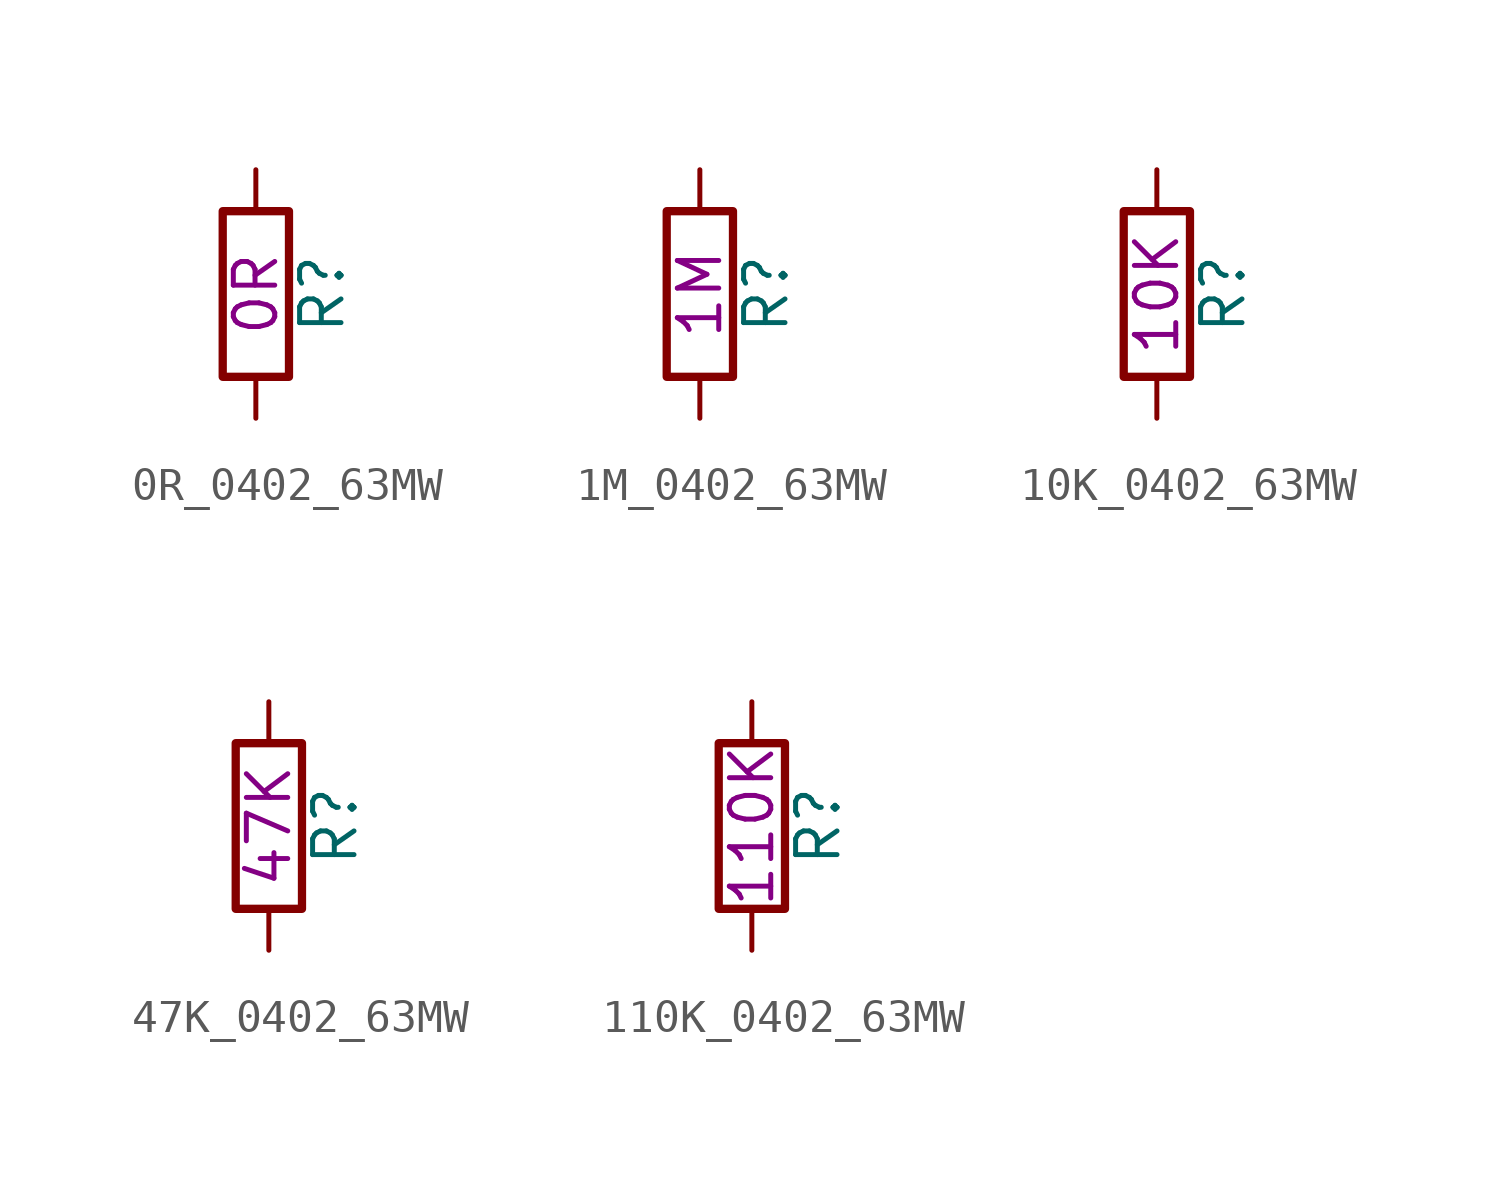
<source format=kicad_sym>
(kicad_symbol_lib
  (version 20211014)
  (generator kicad_symbol_editor)
  (symbol "0R_0402_63MW"
    (pin_numbers hide)
    (pin_names
      (offset 0))
    (property "Reference" "R"
      (at 2.032 0 90)
      (effects (font (size 1.27 1.27))))
    (property "Resistance" "0R"
      (at 0 0 90)
      (effects (font (size 1.27 1.27))))
    (symbol "0R_0402_63MW_0_1"
      (rectangle (start -1.016 -2.54) (end 1.016 2.54) (stroke (width 0.254) (type default) (color 0 0 0 0)) (fill (type none))))
    (symbol "0R_0402_63MW_1_1"
      (pin passive line (at 0 3.81 270) (length 1.27) (name "~" (effects (font (size 1.27 1.27)))) (number "1" (effects (font (size 1.27 1.27)))))
      (pin passive line (at 0 -3.81 90) (length 1.27) (name "~" (effects (font (size 1.27 1.27)))) (number "2" (effects (font (size 1.27 1.27)))))))
  (symbol "1M_0402_63MW"
    (pin_numbers hide)
    (pin_names
      (offset 0))
    (property "Reference" "R"
      (at 2.032 0 90)
      (effects (font (size 1.27 1.27))))
    (property "Resistance" "1M"
      (at 0 0 90)
      (effects (font (size 1.27 1.27))))
    (symbol "1M_0402_63MW_0_1"
      (rectangle (start -1.016 -2.54) (end 1.016 2.54) (stroke (width 0.254) (type default) (color 0 0 0 0)) (fill (type none))))
    (symbol "1M_0402_63MW_1_1"
      (pin passive line (at 0 3.81 270) (length 1.27) (name "~" (effects (font (size 1.27 1.27)))) (number "1" (effects (font (size 1.27 1.27)))))
      (pin passive line (at 0 -3.81 90) (length 1.27) (name "~" (effects (font (size 1.27 1.27)))) (number "2" (effects (font (size 1.27 1.27)))))))
  (symbol "10K_0402_63MW"
    (pin_numbers hide)
    (pin_names
      (offset 0))
    (property "Reference" "R"
      (at 2.032 0 90)
      (effects (font (size 1.27 1.27))))
    (property "Resistance" "10K"
      (at 0 0 90)
      (effects (font (size 1.27 1.27))))
    (symbol "10K_0402_63MW_0_1"
      (rectangle (start -1.016 -2.54) (end 1.016 2.54) (stroke (width 0.254) (type default) (color 0 0 0 0)) (fill (type none))))
    (symbol "10K_0402_63MW_1_1"
      (pin passive line (at 0 3.81 270) (length 1.27) (name "~" (effects (font (size 1.27 1.27)))) (number "1" (effects (font (size 1.27 1.27)))))
      (pin passive line (at 0 -3.81 90) (length 1.27) (name "~" (effects (font (size 1.27 1.27)))) (number "2" (effects (font (size 1.27 1.27)))))))
  (symbol "47K_0402_63MW"
    (pin_numbers hide)
    (pin_names
      (offset 0))
    (property "Reference" "R"
      (at 2.032 0 90)
      (effects (font (size 1.27 1.27))))
    (property "Resistance" "47K"
      (at 0 0 90)
      (effects (font (size 1.27 1.27))))
    (symbol "47K_0402_63MW_0_1"
      (rectangle (start -1.016 -2.54) (end 1.016 2.54) (stroke (width 0.254) (type default) (color 0 0 0 0)) (fill (type none))))
    (symbol "47K_0402_63MW_1_1"
      (pin passive line (at 0 3.81 270) (length 1.27) (name "~" (effects (font (size 1.27 1.27)))) (number "1" (effects (font (size 1.27 1.27)))))
      (pin passive line (at 0 -3.81 90) (length 1.27) (name "~" (effects (font (size 1.27 1.27)))) (number "2" (effects (font (size 1.27 1.27)))))))
  (symbol "110K_0402_63MW"
    (pin_numbers hide)
    (pin_names
      (offset 0))
    (property "Reference" "R"
      (at 2.032 0 90)
      (effects (font (size 1.27 1.27))))
    (property "Resistance" "110K"
      (at 0 0 90)
      (effects (font (size 1.27 1.27))))
    (symbol "110K_0402_63MW_0_1"
      (rectangle (start -1.016 -2.54) (end 1.016 2.54) (stroke (width 0.254) (type default) (color 0 0 0 0)) (fill (type none))))
    (symbol "110K_0402_63MW_1_1"
      (pin passive line (at 0 3.81 270) (length 1.27) (name "~" (effects (font (size 1.27 1.27)))) (number "1" (effects (font (size 1.27 1.27)))))
      (pin passive line (at 0 -3.81 90) (length 1.27) (name "~" (effects (font (size 1.27 1.27)))) (number "2" (effects (font (size 1.27 1.27))))))))
</source>
